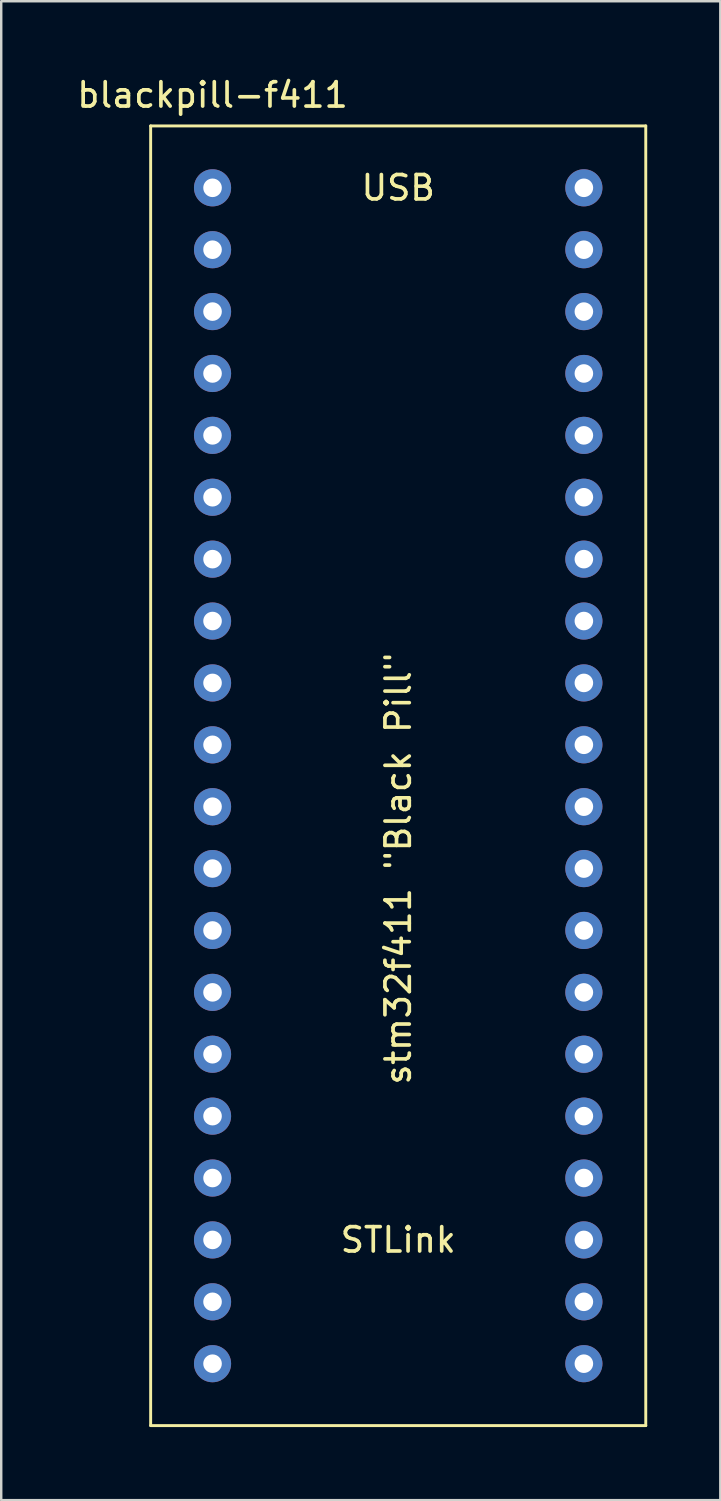
<source format=kicad_pcb>
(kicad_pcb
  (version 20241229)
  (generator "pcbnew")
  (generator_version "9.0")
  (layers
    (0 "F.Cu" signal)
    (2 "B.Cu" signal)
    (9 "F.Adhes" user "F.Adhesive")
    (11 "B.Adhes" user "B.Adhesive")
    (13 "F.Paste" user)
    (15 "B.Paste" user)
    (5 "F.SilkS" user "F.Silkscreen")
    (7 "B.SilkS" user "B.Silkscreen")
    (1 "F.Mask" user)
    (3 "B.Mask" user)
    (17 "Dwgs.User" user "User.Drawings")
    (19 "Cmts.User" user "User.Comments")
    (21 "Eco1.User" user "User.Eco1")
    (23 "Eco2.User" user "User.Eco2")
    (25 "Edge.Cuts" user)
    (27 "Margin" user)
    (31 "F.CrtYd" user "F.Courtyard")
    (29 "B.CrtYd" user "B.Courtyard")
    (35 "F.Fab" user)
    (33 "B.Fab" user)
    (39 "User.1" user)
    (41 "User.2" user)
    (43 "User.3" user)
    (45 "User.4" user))
  (footprint "blackpill-f411"
    (layer "F.Cu")
    (at 3.133 2.118)
    (property "Reference" "blackpill-f411" (at 2.54 -1.27 0) (layer "F.SilkS") (effects (font (size 1 1) (thickness 0.15))))
    (attr through_hole)
    (fp_line (start 0 0) (end 20.32 0) (stroke (width 0.12) (type solid)) (layer "F.SilkS"))
    (fp_line (start 0 53.34) (end 0 0) (stroke (width 0.12) (type solid)) (layer "F.SilkS"))
    (fp_line (start 20.32 0) (end 20.32 53.34) (stroke (width 0.12) (type solid)) (layer "F.SilkS"))
    (fp_line (start 20.32 53.34) (end 0 53.34) (stroke (width 0.12) (type solid)) (layer "F.SilkS"))
    (fp_text user "USB" (at 10.16 2.54 0) (layer "F.SilkS") (effects (font (size 1 1) (thickness 0.15))))
    (fp_text user "STLink" (at 10.16 45.72 0) (layer "F.SilkS") (effects (font (size 1 1) (thickness 0.15))))
    (fp_text user "stm32f411 \"Black Pill\"" (at 10.16 30.48 90) (layer "F.SilkS") (effects (font (size 1 1) (thickness 0.15))))
    (pad "1" thru_hole circle (at 2.54 2.54) (size 1.524 1.524) (drill 0.762) (layers "*.Cu" "*.Mask"))
    (pad "2" thru_hole circle (at 2.54 5.08) (size 1.524 1.524) (drill 0.762) (layers "*.Cu" "*.Mask"))
    (pad "3" thru_hole circle (at 2.54 7.62) (size 1.524 1.524) (drill 0.762) (layers "*.Cu" "*.Mask"))
    (pad "4" thru_hole circle (at 2.54 10.16) (size 1.524 1.524) (drill 0.762) (layers "*.Cu" "*.Mask"))
    (pad "5" thru_hole circle (at 2.54 12.7) (size 1.524 1.524) (drill 0.762) (layers "*.Cu" "*.Mask"))
    (pad "6" thru_hole circle (at 2.54 15.24) (size 1.524 1.524) (drill 0.762) (layers "*.Cu" "*.Mask"))
    (pad "7" thru_hole circle (at 2.54 17.78) (size 1.524 1.524) (drill 0.762) (layers "*.Cu" "*.Mask"))
    (pad "8" thru_hole circle (at 2.54 20.32) (size 1.524 1.524) (drill 0.762) (layers "*.Cu" "*.Mask"))
    (pad "9" thru_hole circle (at 2.54 22.86) (size 1.524 1.524) (drill 0.762) (layers "*.Cu" "*.Mask"))
    (pad "10" thru_hole circle (at 2.54 25.4) (size 1.524 1.524) (drill 0.762) (layers "*.Cu" "*.Mask"))
    (pad "11" thru_hole circle (at 2.54 27.94) (size 1.524 1.524) (drill 0.762) (layers "*.Cu" "*.Mask"))
    (pad "12" thru_hole circle (at 2.54 30.48) (size 1.524 1.524) (drill 0.762) (layers "*.Cu" "*.Mask"))
    (pad "13" thru_hole circle (at 2.54 33.02) (size 1.524 1.524) (drill 0.762) (layers "*.Cu" "*.Mask"))
    (pad "14" thru_hole circle (at 2.54 35.56) (size 1.524 1.524) (drill 0.762) (layers "*.Cu" "*.Mask"))
    (pad "15" thru_hole circle (at 2.54 38.1) (size 1.524 1.524) (drill 0.762) (layers "*.Cu" "*.Mask"))
    (pad "16" thru_hole circle (at 2.54 40.64) (size 1.524 1.524) (drill 0.762) (layers "*.Cu" "*.Mask"))
    (pad "17" thru_hole circle (at 2.54 43.18) (size 1.524 1.524) (drill 0.762) (layers "*.Cu" "*.Mask"))
    (pad "18" thru_hole circle (at 2.54 45.72) (size 1.524 1.524) (drill 0.762) (layers "*.Cu" "*.Mask"))
    (pad "19" thru_hole circle (at 2.54 48.26) (size 1.524 1.524) (drill 0.762) (layers "*.Cu" "*.Mask"))
    (pad "20" thru_hole circle (at 2.54 50.8) (size 1.524 1.524) (drill 0.762) (layers "*.Cu" "*.Mask"))
    (pad "21" thru_hole circle (at 17.78 2.54) (size 1.524 1.524) (drill 0.762) (layers "*.Cu" "*.Mask"))
    (pad "22" thru_hole circle (at 17.78 5.08) (size 1.524 1.524) (drill 0.762) (layers "*.Cu" "*.Mask"))
    (pad "23" thru_hole circle (at 17.78 7.62) (size 1.524 1.524) (drill 0.762) (layers "*.Cu" "*.Mask"))
    (pad "24" thru_hole circle (at 17.78 10.16) (size 1.524 1.524) (drill 0.762) (layers "*.Cu" "*.Mask"))
    (pad "25" thru_hole circle (at 17.78 12.7) (size 1.524 1.524) (drill 0.762) (layers "*.Cu" "*.Mask"))
    (pad "26" thru_hole circle (at 17.78 15.24) (size 1.524 1.524) (drill 0.762) (layers "*.Cu" "*.Mask"))
    (pad "27" thru_hole circle (at 17.78 17.78) (size 1.524 1.524) (drill 0.762) (layers "*.Cu" "*.Mask"))
    (pad "28" thru_hole circle (at 17.78 20.32) (size 1.524 1.524) (drill 0.762) (layers "*.Cu" "*.Mask"))
    (pad "29" thru_hole circle (at 17.78 22.86) (size 1.524 1.524) (drill 0.762) (layers "*.Cu" "*.Mask"))
    (pad "30" thru_hole circle (at 17.78 25.4) (size 1.524 1.524) (drill 0.762) (layers "*.Cu" "*.Mask"))
    (pad "31" thru_hole circle (at 17.78 27.94) (size 1.524 1.524) (drill 0.762) (layers "*.Cu" "*.Mask"))
    (pad "32" thru_hole circle (at 17.78 30.48) (size 1.524 1.524) (drill 0.762) (layers "*.Cu" "*.Mask"))
    (pad "33" thru_hole circle (at 17.78 33.02) (size 1.524 1.524) (drill 0.762) (layers "*.Cu" "*.Mask"))
    (pad "34" thru_hole circle (at 17.78 35.56) (size 1.524 1.524) (drill 0.762) (layers "*.Cu" "*.Mask"))
    (pad "35" thru_hole circle (at 17.78 38.1) (size 1.524 1.524) (drill 0.762) (layers "*.Cu" "*.Mask"))
    (pad "36" thru_hole circle (at 17.78 40.64) (size 1.524 1.524) (drill 0.762) (layers "*.Cu" "*.Mask"))
    (pad "37" thru_hole circle (at 17.78 43.18) (size 1.524 1.524) (drill 0.762) (layers "*.Cu" "*.Mask"))
    (pad "38" thru_hole circle (at 17.78 45.72) (size 1.524 1.524) (drill 0.762) (layers "*.Cu" "*.Mask"))
    (pad "39" thru_hole circle (at 17.78 48.26) (size 1.524 1.524) (drill 0.762) (layers "*.Cu" "*.Mask"))
    (pad "40" thru_hole circle (at 17.78 50.8) (size 1.524 1.524) (drill 0.762) (layers "*.Cu" "*.Mask")))
  (gr_rect
    (start -3 -3)
    (end 26.513 58.518)
    (stroke (width 0.1) (type default))
    (fill no)
    (layer "Edge.Cuts")))
</source>
